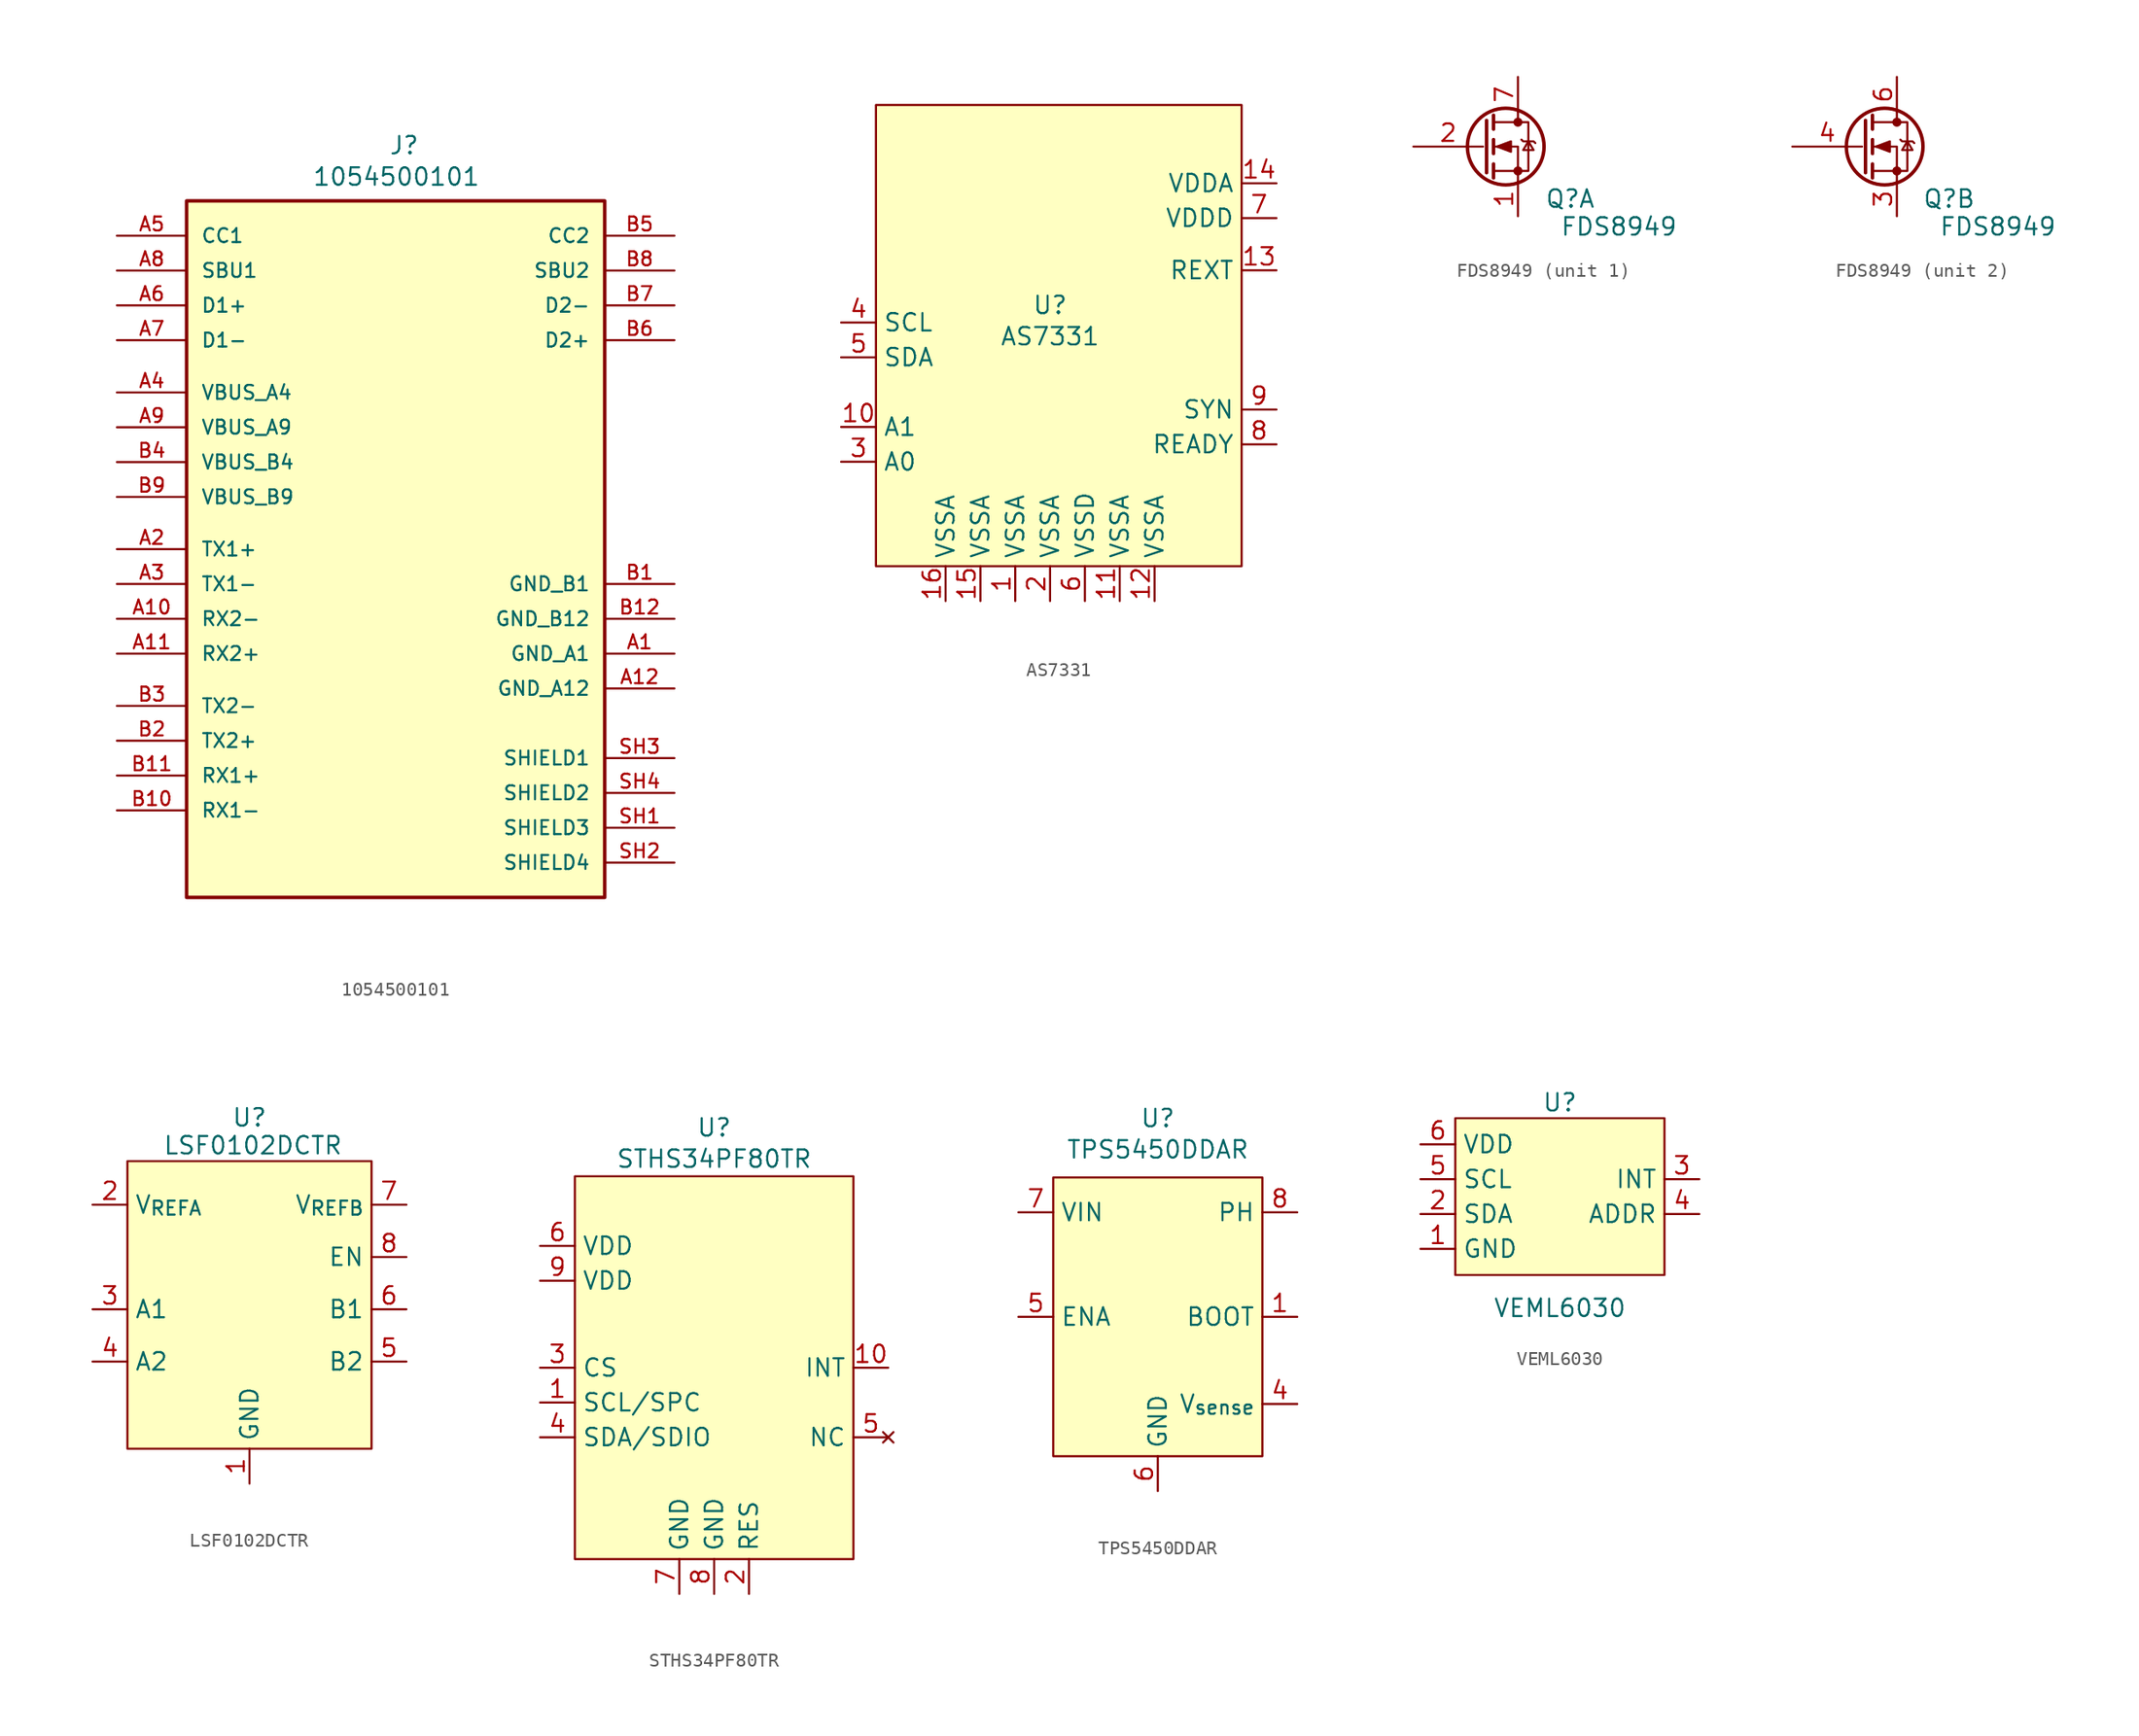
<source format=kicad_sym>
(kicad_symbol_lib
  (version 20231120)
  (generator "kicad_symbol_editor")
  (generator_version "8.0")
  (symbol "1054500101"
    (pin_names
      (offset 1.016))
    (property "Reference" "J"
      (at -0.508 28.702 0)
      (effects (font (size 1.27 1.27)) (justify left bottom)))
    (property "Value" "1054500101"
      (at -6.096 26.416 0)
      (effects (font (size 1.27 1.27)) (justify left bottom)))
    (symbol "1054500101_0_0"
      (rectangle (start -15.24 -25.4) (end 15.24 25.4) (stroke (width 0.254) (type default)) (fill (type background)))
      (pin power_in line (at 20.32 -7.62 180) (length 5.08) (name "GND_A1" (effects (font (size 1.016 1.016)))) (number "A1" (effects (font (size 1.016 1.016)))))
      (pin bidirectional line (at -20.32 -5.08 0) (length 5.08) (name "RX2-" (effects (font (size 1.016 1.016)))) (number "A10" (effects (font (size 1.016 1.016)))))
      (pin bidirectional line (at -20.32 -7.62 0) (length 5.08) (name "RX2+" (effects (font (size 1.016 1.016)))) (number "A11" (effects (font (size 1.016 1.016)))))
      (pin power_in line (at 20.32 -10.16 180) (length 5.08) (name "GND_A12" (effects (font (size 1.016 1.016)))) (number "A12" (effects (font (size 1.016 1.016)))))
      (pin bidirectional line (at -20.32 0 0) (length 5.08) (name "TX1+" (effects (font (size 1.016 1.016)))) (number "A2" (effects (font (size 1.016 1.016)))))
      (pin bidirectional line (at -20.32 -2.54 0) (length 5.08) (name "TX1-" (effects (font (size 1.016 1.016)))) (number "A3" (effects (font (size 1.016 1.016)))))
      (pin power_in line (at -20.32 11.43 0) (length 5.08) (name "VBUS_A4" (effects (font (size 1.016 1.016)))) (number "A4" (effects (font (size 1.016 1.016)))))
      (pin bidirectional line (at -20.32 22.86 0) (length 5.08) (name "CC1" (effects (font (size 1.016 1.016)))) (number "A5" (effects (font (size 1.016 1.016)))))
      (pin bidirectional line (at -20.32 17.78 0) (length 5.08) (name "D1+" (effects (font (size 1.016 1.016)))) (number "A6" (effects (font (size 1.016 1.016)))))
      (pin bidirectional line (at -20.32 15.24 0) (length 5.08) (name "D1-" (effects (font (size 1.016 1.016)))) (number "A7" (effects (font (size 1.016 1.016)))))
      (pin bidirectional line (at -20.32 20.32 0) (length 5.08) (name "SBU1" (effects (font (size 1.016 1.016)))) (number "A8" (effects (font (size 1.016 1.016)))))
      (pin power_in line (at -20.32 8.89 0) (length 5.08) (name "VBUS_A9" (effects (font (size 1.016 1.016)))) (number "A9" (effects (font (size 1.016 1.016)))))
      (pin power_in line (at 20.32 -2.54 180) (length 5.08) (name "GND_B1" (effects (font (size 1.016 1.016)))) (number "B1" (effects (font (size 1.016 1.016)))))
      (pin bidirectional line (at -20.32 -19.05 0) (length 5.08) (name "RX1-" (effects (font (size 1.016 1.016)))) (number "B10" (effects (font (size 1.016 1.016)))))
      (pin bidirectional line (at -20.32 -16.51 0) (length 5.08) (name "RX1+" (effects (font (size 1.016 1.016)))) (number "B11" (effects (font (size 1.016 1.016)))))
      (pin power_in line (at 20.32 -5.08 180) (length 5.08) (name "GND_B12" (effects (font (size 1.016 1.016)))) (number "B12" (effects (font (size 1.016 1.016)))))
      (pin bidirectional line (at -20.32 -13.97 0) (length 5.08) (name "TX2+" (effects (font (size 1.016 1.016)))) (number "B2" (effects (font (size 1.016 1.016)))))
      (pin bidirectional line (at -20.32 -11.43 0) (length 5.08) (name "TX2-" (effects (font (size 1.016 1.016)))) (number "B3" (effects (font (size 1.016 1.016)))))
      (pin power_in line (at -20.32 6.35 0) (length 5.08) (name "VBUS_B4" (effects (font (size 1.016 1.016)))) (number "B4" (effects (font (size 1.016 1.016)))))
      (pin bidirectional line (at 20.32 22.86 180) (length 5.08) (name "CC2" (effects (font (size 1.016 1.016)))) (number "B5" (effects (font (size 1.016 1.016)))))
      (pin bidirectional line (at 20.32 15.24 180) (length 5.08) (name "D2+" (effects (font (size 1.016 1.016)))) (number "B6" (effects (font (size 1.016 1.016)))))
      (pin bidirectional line (at 20.32 17.78 180) (length 5.08) (name "D2-" (effects (font (size 1.016 1.016)))) (number "B7" (effects (font (size 1.016 1.016)))))
      (pin bidirectional line (at 20.32 20.32 180) (length 5.08) (name "SBU2" (effects (font (size 1.016 1.016)))) (number "B8" (effects (font (size 1.016 1.016)))))
      (pin power_in line (at -20.32 3.81 0) (length 5.08) (name "VBUS_B9" (effects (font (size 1.016 1.016)))) (number "B9" (effects (font (size 1.016 1.016)))))
      (pin passive line (at 20.32 -20.32 180) (length 5.08) (name "SHIELD3" (effects (font (size 1.016 1.016)))) (number "SH1" (effects (font (size 1.016 1.016)))))
      (pin passive line (at 20.32 -22.86 180) (length 5.08) (name "SHIELD4" (effects (font (size 1.016 1.016)))) (number "SH2" (effects (font (size 1.016 1.016)))))
      (pin passive line (at 20.32 -15.24 180) (length 5.08) (name "SHIELD1" (effects (font (size 1.016 1.016)))) (number "SH3" (effects (font (size 1.016 1.016)))))
      (pin passive line (at 20.32 -17.78 180) (length 5.08) (name "SHIELD2" (effects (font (size 1.016 1.016)))) (number "SH4" (effects (font (size 1.016 1.016)))))))
  (symbol "AS7331"
    (property "Reference" "U"
      (at 0 8.89 0)
      (effects (font (size 1.27 1.27))))
    (property "Value" "AS7331"
      (at 0 6.604 0)
      (effects (font (size 1.27 1.27))))
    (property "JLC" ""
      (at -0.254 4.064 0)
      (effects (font (size 1.27 1.27))))
    (symbol "AS7331_0_0"
      (pin unspecified line (at -2.54 -12.7 90) (length 2.54) (name "VSSA" (effects (font (size 1.27 1.27)))) (number "1" (effects (font (size 1.27 1.27)))))
      (pin unspecified line (at -15.24 0 0) (length 2.54) (name "A1" (effects (font (size 1.27 1.27)))) (number "10" (effects (font (size 1.27 1.27)))))
      (pin unspecified line (at 5.08 -12.7 90) (length 2.54) (name "VSSA" (effects (font (size 1.27 1.27)))) (number "11" (effects (font (size 1.27 1.27)))))
      (pin unspecified line (at 7.62 -12.7 90) (length 2.54) (name "VSSA" (effects (font (size 1.27 1.27)))) (number "12" (effects (font (size 1.27 1.27)))))
      (pin unspecified line (at 16.51 11.43 180) (length 2.54) (name "REXT" (effects (font (size 1.27 1.27)))) (number "13" (effects (font (size 1.27 1.27)))))
      (pin unspecified line (at 16.51 17.78 180) (length 2.54) (name "VDDA" (effects (font (size 1.27 1.27)))) (number "14" (effects (font (size 1.27 1.27)))))
      (pin unspecified line (at -5.08 -12.7 90) (length 2.54) (name "VSSA" (effects (font (size 1.27 1.27)))) (number "15" (effects (font (size 1.27 1.27)))))
      (pin unspecified line (at -7.62 -12.7 90) (length 2.54) (name "VSSA" (effects (font (size 1.27 1.27)))) (number "16" (effects (font (size 1.27 1.27)))))
      (pin unspecified line (at 0 -12.7 90) (length 2.54) (name "VSSA" (effects (font (size 1.27 1.27)))) (number "2" (effects (font (size 1.27 1.27)))))
      (pin unspecified line (at -15.24 -2.54 0) (length 2.54) (name "A0" (effects (font (size 1.27 1.27)))) (number "3" (effects (font (size 1.27 1.27)))))
      (pin unspecified line (at -15.24 7.62 0) (length 2.54) (name "SCL" (effects (font (size 1.27 1.27)))) (number "4" (effects (font (size 1.27 1.27)))))
      (pin unspecified line (at -15.24 5.08 0) (length 2.54) (name "SDA" (effects (font (size 1.27 1.27)))) (number "5" (effects (font (size 1.27 1.27)))))
      (pin unspecified line (at 2.54 -12.7 90) (length 2.54) (name "VSSD" (effects (font (size 1.27 1.27)))) (number "6" (effects (font (size 1.27 1.27)))))
      (pin unspecified line (at 16.51 15.24 180) (length 2.54) (name "VDDD" (effects (font (size 1.27 1.27)))) (number "7" (effects (font (size 1.27 1.27)))))
      (pin unspecified line (at 16.51 -1.27 180) (length 2.54) (name "READY" (effects (font (size 1.27 1.27)))) (number "8" (effects (font (size 1.27 1.27)))))
      (pin unspecified line (at 16.51 1.27 180) (length 2.54) (name "SYN" (effects (font (size 1.27 1.27)))) (number "9" (effects (font (size 1.27 1.27))))))
    (symbol "AS7331_1_1"
      (rectangle (start -12.7 23.495) (end 13.97 -10.16) (stroke (width 0) (type default)) (fill (type background)))))
  (symbol "FDS8949"
    (property "Reference" "Q"
      (at 3.81 -3.81 0)
      (effects (font (size 1.27 1.27))))
    (property "Value" "FDS8949"
      (at 7.366 -5.842 0)
      (effects (font (size 1.27 1.27))))
    (symbol "FDS8949_0_1"
      (circle (center -0.889 0) (radius 2.794) (stroke (width 0.254) (type default)) (fill (type none)))
      (circle (center 0 -1.778) (radius 0.254) (stroke (width 0) (type default)) (fill (type outline)))
      (polyline (pts (xy -2.286 1.905) (xy -2.286 -1.905)) (stroke (width 0.254) (type default)) (fill (type none)))
      (polyline (pts (xy -1.778 -1.27) (xy -1.778 -2.286)) (stroke (width 0.254) (type default)) (fill (type none)))
      (polyline (pts (xy -1.778 0.508) (xy -1.778 -0.508)) (stroke (width 0.254) (type default)) (fill (type none)))
      (polyline (pts (xy -1.778 2.286) (xy -1.778 1.27)) (stroke (width 0.254) (type default)) (fill (type none)))
      (polyline (pts (xy 0 2.54) (xy 0 1.778)) (stroke (width 0) (type default)) (fill (type none)))
      (polyline (pts (xy 0 -2.54) (xy 0 0) (xy -1.778 0)) (stroke (width 0) (type default)) (fill (type none)))
      (polyline (pts (xy -1.778 -1.778) (xy 0.762 -1.778) (xy 0.762 1.778) (xy -1.778 1.778)) (stroke (width 0) (type default)) (fill (type none)))
      (polyline (pts (xy -1.524 0) (xy -0.508 0.381) (xy -0.508 -0.381) (xy -1.524 0)) (stroke (width 0) (type default)) (fill (type outline)))
      (polyline (pts (xy 0.254 0.508) (xy 0.381 0.381) (xy 1.143 0.381) (xy 1.27 0.254)) (stroke (width 0) (type default)) (fill (type none)))
      (polyline (pts (xy 0.762 0.381) (xy 0.381 -0.254) (xy 1.143 -0.254) (xy 0.762 0.381)) (stroke (width 0) (type default)) (fill (type none)))
      (circle (center 0 1.778) (radius 0.254) (stroke (width 0) (type default)) (fill (type outline))))
    (symbol "FDS8949_1_1"
      (pin passive line (at 0 -5.08 90) (length 2.54) (name "S" (effects (font (size 0 0)))) (number "1" (effects (font (size 1.27 1.27)))))
      (pin input line (at -7.62 0 0) (length 5.08) (name "G" (effects (font (size 0 0)))) (number "2" (effects (font (size 1.27 1.27)))))
      (pin passive line (at 0 5.08 270) (length 2.54) (name "D" (effects (font (size 0 0)))) (number "7" (effects (font (size 1.27 1.27)))))
      (pin passive line (at 0 5.08 270) (length 2.54) hide (name "D" (effects (font (size 0 0)))) (number "8" (effects (font (size 1.27 1.27))))))
    (symbol "FDS8949_2_1"
      (pin passive line (at 0 -5.08 90) (length 2.54) (name "S" (effects (font (size 0 0)))) (number "3" (effects (font (size 1.27 1.27)))))
      (pin input line (at -7.62 0 0) (length 5.08) (name "G" (effects (font (size 0 0)))) (number "4" (effects (font (size 1.27 1.27)))))
      (pin passive line (at 0 5.08 270) (length 2.54) hide (name "D" (effects (font (size 0 0)))) (number "5" (effects (font (size 1.27 1.27)))))
      (pin passive line (at 0 5.08 270) (length 2.54) (name "D" (effects (font (size 0 0)))) (number "6" (effects (font (size 1.27 1.27)))))))
  (symbol "LSF0102DCTR"
    (property "Reference" "U"
      (at 0 19.05 0)
      (effects (font (size 1.27 1.27))))
    (property "Value" "LSF0102DCTR"
      (at 0.254 17.018 0)
      (effects (font (size 1.27 1.27))))
    (symbol "LSF0102DCTR_0_0"
      (pin unspecified line (at 0 -7.62 90) (length 2.54) (name "GND" (effects (font (size 1.27 1.27)))) (number "1" (effects (font (size 1.27 1.27)))))
      (pin unspecified line (at -11.43 12.7 0) (length 2.54) (name "V_{REFA}" (effects (font (size 1.27 1.27)))) (number "2" (effects (font (size 1.27 1.27)))))
      (pin unspecified line (at -11.43 5.08 0) (length 2.54) (name "A1" (effects (font (size 1.27 1.27)))) (number "3" (effects (font (size 1.27 1.27)))))
      (pin unspecified line (at -11.43 1.27 0) (length 2.54) (name "A2" (effects (font (size 1.27 1.27)))) (number "4" (effects (font (size 1.27 1.27)))))
      (pin unspecified line (at 11.43 1.27 180) (length 2.54) (name "B2" (effects (font (size 1.27 1.27)))) (number "5" (effects (font (size 1.27 1.27)))))
      (pin unspecified line (at 11.43 5.08 180) (length 2.54) (name "B1" (effects (font (size 1.27 1.27)))) (number "6" (effects (font (size 1.27 1.27)))))
      (pin unspecified line (at 11.43 12.7 180) (length 2.54) (name "V_{REFB}" (effects (font (size 1.27 1.27)))) (number "7" (effects (font (size 1.27 1.27)))))
      (pin unspecified line (at 11.43 8.89 180) (length 2.54) (name "EN" (effects (font (size 1.27 1.27)))) (number "8" (effects (font (size 1.27 1.27))))))
    (symbol "LSF0102DCTR_1_1"
      (rectangle (start -8.89 15.875) (end 8.89 -5.08) (stroke (width 0) (type default)) (fill (type background)))))
  (symbol "STHS34PF80TR"
    (property "Reference" "U"
      (at 0 22.606 0)
      (effects (font (size 1.27 1.27))))
    (property "Value" "STHS34PF80TR"
      (at 0 20.32 0)
      (effects (font (size 1.27 1.27))))
    (symbol "STHS34PF80TR_0_0"
      (pin unspecified line (at -12.7 2.54 0) (length 2.54) (name "SCL/SPC" (effects (font (size 1.27 1.27)))) (number "1" (effects (font (size 1.27 1.27)))))
      (pin unspecified line (at 12.7 5.08 180) (length 2.54) (name "INT" (effects (font (size 1.27 1.27)))) (number "10" (effects (font (size 1.27 1.27)))))
      (pin unspecified line (at 2.54 -11.43 90) (length 2.54) (name "RES" (effects (font (size 1.27 1.27)))) (number "2" (effects (font (size 1.27 1.27)))))
      (pin unspecified line (at -12.7 5.08 0) (length 2.54) (name "CS" (effects (font (size 1.27 1.27)))) (number "3" (effects (font (size 1.27 1.27)))))
      (pin unspecified line (at -12.7 0 0) (length 2.54) (name "SDA/SDIO" (effects (font (size 1.27 1.27)))) (number "4" (effects (font (size 1.27 1.27)))))
      (pin unspecified line (at -12.7 13.97 0) (length 2.54) (name "VDD" (effects (font (size 1.27 1.27)))) (number "6" (effects (font (size 1.27 1.27)))))
      (pin unspecified line (at -2.54 -11.43 90) (length 2.54) (name "GND" (effects (font (size 1.27 1.27)))) (number "7" (effects (font (size 1.27 1.27)))))
      (pin unspecified line (at 0 -11.43 90) (length 2.54) (name "GND" (effects (font (size 1.27 1.27)))) (number "8" (effects (font (size 1.27 1.27)))))
      (pin unspecified line (at -12.7 11.43 0) (length 2.54) (name "VDD" (effects (font (size 1.27 1.27)))) (number "9" (effects (font (size 1.27 1.27))))))
    (symbol "STHS34PF80TR_1_0"
      (pin no_connect line (at 12.7 0 180) (length 2.54) (name "NC" (effects (font (size 1.27 1.27)))) (number "5" (effects (font (size 1.27 1.27))))))
    (symbol "STHS34PF80TR_1_1"
      (rectangle (start -10.16 19.05) (end 10.16 -8.89) (stroke (width 0) (type default)) (fill (type background)))))
  (symbol "TPS5450DDAR"
    (property "Reference" "U"
      (at 0 14.478 0)
      (effects (font (size 1.27 1.27))))
    (property "Value" "TPS5450DDAR"
      (at 0 12.192 0)
      (effects (font (size 1.27 1.27))))
    (symbol "TPS5450DDAR_0_0"
      (pin unspecified line (at 10.16 0 180) (length 2.54) (name "BOOT" (effects (font (size 1.27 1.27)))) (number "1" (effects (font (size 1.27 1.27)))))
      (pin unspecified line (at 10.16 -6.35 180) (length 2.54) (name "V_{sense}" (effects (font (size 1.27 1.27)))) (number "4" (effects (font (size 1.27 1.27)))))
      (pin unspecified line (at -10.16 0 0) (length 2.54) (name "ENA" (effects (font (size 1.27 1.27)))) (number "5" (effects (font (size 1.27 1.27)))))
      (pin unspecified line (at 0 -12.7 90) (length 2.54) (name "GND" (effects (font (size 1.27 1.27)))) (number "6" (effects (font (size 1.27 1.27)))))
      (pin unspecified line (at -10.16 7.62 0) (length 2.54) (name "VIN" (effects (font (size 1.27 1.27)))) (number "7" (effects (font (size 1.27 1.27)))))
      (pin unspecified line (at 10.16 7.62 180) (length 2.54) (name "PH" (effects (font (size 1.27 1.27)))) (number "8" (effects (font (size 1.27 1.27))))))
    (symbol "TPS5450DDAR_1_0"
      (pin no_connect line (at -10.16 -6.35 0) (length 2.54) hide (name "" (effects (font (size 1.27 1.27)))) (number "2" (effects (font (size 1.27 1.27)))))
      (pin no_connect line (at -10.16 -8.89 0) (length 2.54) hide (name "" (effects (font (size 1.27 1.27)))) (number "3" (effects (font (size 1.27 1.27)))))
      (pin unspecified line (at 0 -12.7 90) (length 2.54) hide (name "GND" (effects (font (size 1.27 1.27)))) (number "9" (effects (font (size 1.27 1.27))))))
    (symbol "TPS5450DDAR_1_1"
      (rectangle (start -7.62 10.16) (end 7.62 -10.16) (stroke (width 0) (type default)) (fill (type background)))))
  (symbol "VEML6030"
    (property "Reference" "U"
      (at 0 6.858 0)
      (effects (font (size 1.27 1.27))))
    (property "Value" "VEML6030"
      (at 0 -8.128 0)
      (effects (font (size 1.27 1.27))))
    (symbol "VEML6030_0_0"
      (pin unspecified line (at -10.16 -3.81 0) (length 2.54) (name "GND" (effects (font (size 1.27 1.27)))) (number "1" (effects (font (size 1.27 1.27)))))
      (pin unspecified line (at -10.16 -1.27 0) (length 2.54) (name "SDA" (effects (font (size 1.27 1.27)))) (number "2" (effects (font (size 1.27 1.27)))))
      (pin unspecified line (at 10.16 1.27 180) (length 2.54) (name "INT" (effects (font (size 1.27 1.27)))) (number "3" (effects (font (size 1.27 1.27)))))
      (pin unspecified line (at 10.16 -1.27 180) (length 2.54) (name "ADDR" (effects (font (size 1.27 1.27)))) (number "4" (effects (font (size 1.27 1.27)))))
      (pin unspecified line (at -10.16 1.27 0) (length 2.54) (name "SCL" (effects (font (size 1.27 1.27)))) (number "5" (effects (font (size 1.27 1.27)))))
      (pin unspecified line (at -10.16 3.81 0) (length 2.54) (name "VDD" (effects (font (size 1.27 1.27)))) (number "6" (effects (font (size 1.27 1.27))))))
    (symbol "VEML6030_1_1"
      (rectangle (start -7.62 5.715) (end 7.62 -5.715) (stroke (width 0) (type default)) (fill (type background))))))
</source>
